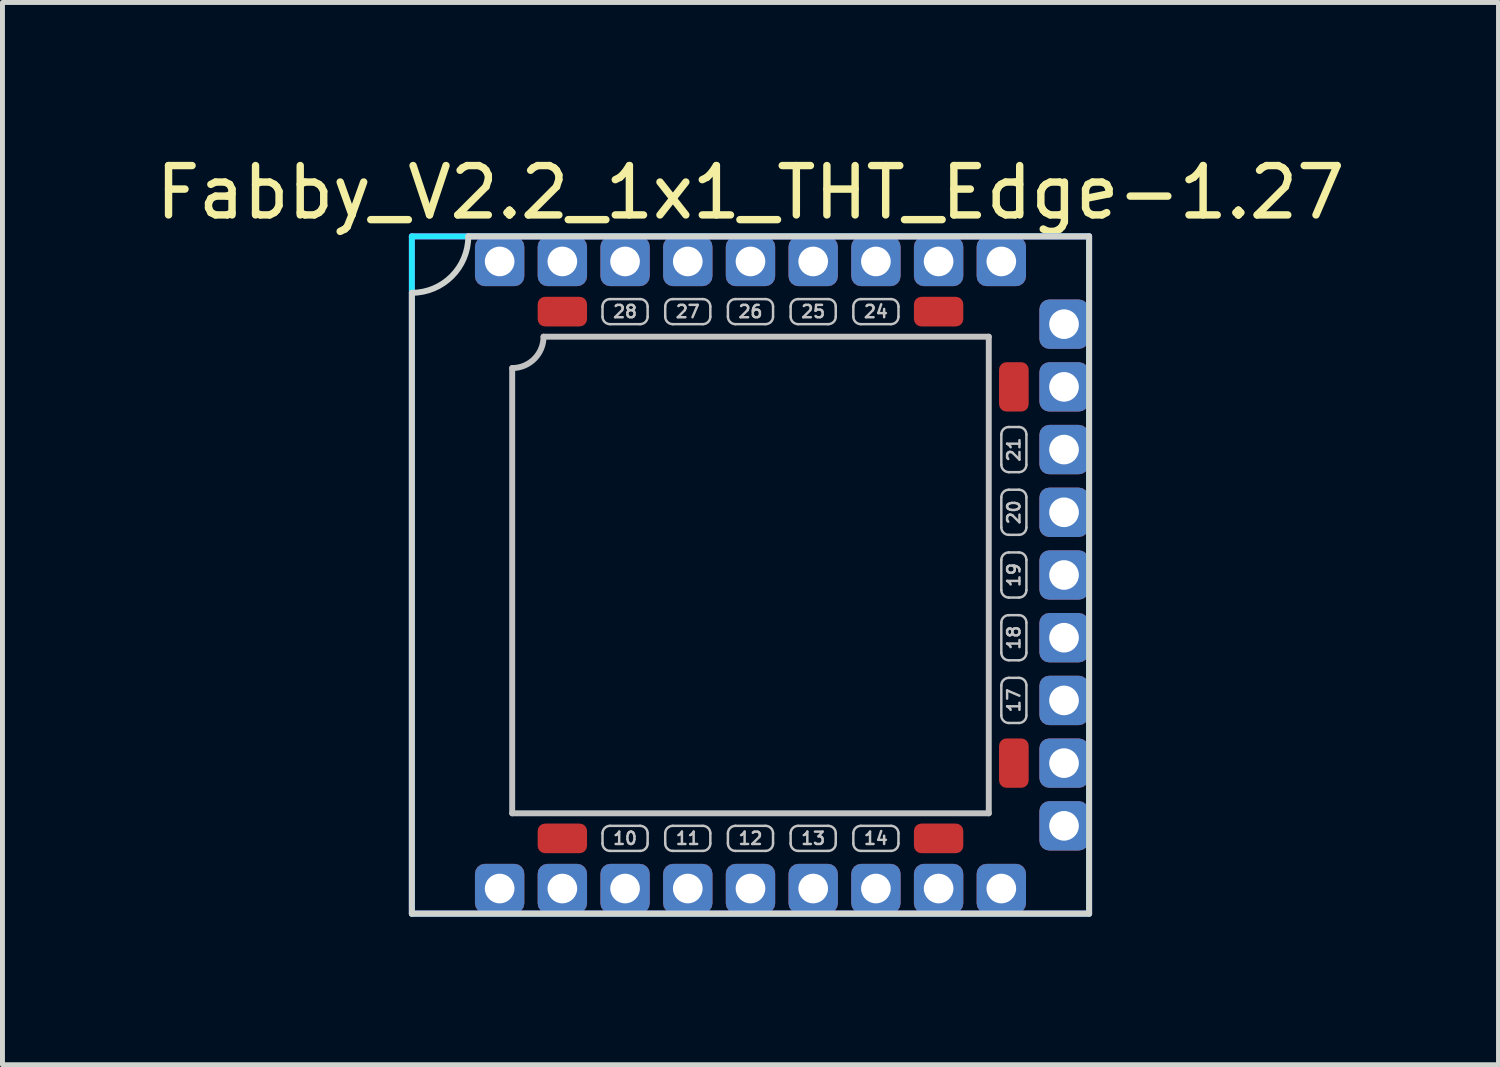
<source format=kicad_pcb>
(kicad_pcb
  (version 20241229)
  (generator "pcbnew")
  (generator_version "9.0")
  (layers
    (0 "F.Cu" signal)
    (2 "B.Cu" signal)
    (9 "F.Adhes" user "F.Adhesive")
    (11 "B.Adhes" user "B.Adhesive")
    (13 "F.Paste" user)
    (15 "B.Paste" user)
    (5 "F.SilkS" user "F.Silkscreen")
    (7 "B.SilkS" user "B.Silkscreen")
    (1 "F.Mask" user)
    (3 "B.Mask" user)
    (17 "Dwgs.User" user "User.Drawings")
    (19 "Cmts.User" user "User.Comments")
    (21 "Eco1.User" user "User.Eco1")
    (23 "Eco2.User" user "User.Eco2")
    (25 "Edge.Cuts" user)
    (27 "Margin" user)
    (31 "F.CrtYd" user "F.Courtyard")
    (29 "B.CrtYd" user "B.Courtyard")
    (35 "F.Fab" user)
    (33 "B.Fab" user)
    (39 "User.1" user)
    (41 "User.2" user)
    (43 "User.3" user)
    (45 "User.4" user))
  (footprint "Fabby_V2.2_1x1_THT_Edge-1.27"
    (layer "F.Cu")
    (at 12.149 8.595)
    (property "Reference" "Fabby_V2.2_1x1_THT_Edge-1.27" (at 0 -7.747 0) (layer "F.SilkS") (effects (font (size 1 1) (thickness 0.15))))
    (attr through_hole)
    (fp_line (start -4.826 4.826) (end -4.826 -4.191) (stroke (width 0.12) (type solid)) (layer "Dwgs.User"))
    (fp_line (start -4.191 -4.826) (end 4.826 -4.826) (stroke (width 0.12) (type solid)) (layer "Dwgs.User"))
    (fp_line (start -2.997 -5.436) (end -2.997 -5.232) (stroke (width 0.05) (type solid)) (layer "Dwgs.User"))
    (fp_line (start -2.997 5.232) (end -2.997 5.436) (stroke (width 0.05) (type solid)) (layer "Dwgs.User"))
    (fp_line (start -2.845 -5.588) (end -2.235 -5.588) (stroke (width 0.05) (type solid)) (layer "Dwgs.User"))
    (fp_line (start -2.845 -5.08) (end -2.235 -5.08) (stroke (width 0.05) (type solid)) (layer "Dwgs.User"))
    (fp_line (start -2.845 5.08) (end -2.235 5.08) (stroke (width 0.05) (type solid)) (layer "Dwgs.User"))
    (fp_line (start -2.845 5.588) (end -2.235 5.588) (stroke (width 0.05) (type solid)) (layer "Dwgs.User"))
    (fp_line (start -2.083 -5.436) (end -2.083 -5.232) (stroke (width 0.05) (type solid)) (layer "Dwgs.User"))
    (fp_line (start -2.083 5.232) (end -2.083 5.436) (stroke (width 0.05) (type solid)) (layer "Dwgs.User"))
    (fp_line (start -1.727 -5.436) (end -1.727 -5.232) (stroke (width 0.05) (type solid)) (layer "Dwgs.User"))
    (fp_line (start -1.727 5.232) (end -1.727 5.436) (stroke (width 0.05) (type solid)) (layer "Dwgs.User"))
    (fp_line (start -1.575 -5.588) (end -0.965 -5.588) (stroke (width 0.05) (type solid)) (layer "Dwgs.User"))
    (fp_line (start -1.575 -5.08) (end -0.965 -5.08) (stroke (width 0.05) (type solid)) (layer "Dwgs.User"))
    (fp_line (start -1.575 5.08) (end -0.965 5.08) (stroke (width 0.05) (type solid)) (layer "Dwgs.User"))
    (fp_line (start -1.575 5.588) (end -0.965 5.588) (stroke (width 0.05) (type solid)) (layer "Dwgs.User"))
    (fp_line (start -0.813 -5.436) (end -0.813 -5.232) (stroke (width 0.05) (type solid)) (layer "Dwgs.User"))
    (fp_line (start -0.813 5.232) (end -0.813 5.436) (stroke (width 0.05) (type solid)) (layer "Dwgs.User"))
    (fp_line (start -0.457 -5.436) (end -0.457 -5.232) (stroke (width 0.05) (type solid)) (layer "Dwgs.User"))
    (fp_line (start -0.457 5.232) (end -0.457 5.436) (stroke (width 0.05) (type solid)) (layer "Dwgs.User"))
    (fp_line (start -0.305 -5.588) (end 0.305 -5.588) (stroke (width 0.05) (type solid)) (layer "Dwgs.User"))
    (fp_line (start -0.305 -5.08) (end 0.305 -5.08) (stroke (width 0.05) (type solid)) (layer "Dwgs.User"))
    (fp_line (start -0.305 5.08) (end 0.305 5.08) (stroke (width 0.05) (type solid)) (layer "Dwgs.User"))
    (fp_line (start -0.305 5.588) (end 0.305 5.588) (stroke (width 0.05) (type solid)) (layer "Dwgs.User"))
    (fp_line (start 0.457 -5.436) (end 0.457 -5.232) (stroke (width 0.05) (type solid)) (layer "Dwgs.User"))
    (fp_line (start 0.457 5.232) (end 0.457 5.436) (stroke (width 0.05) (type solid)) (layer "Dwgs.User"))
    (fp_line (start 0.813 -5.436) (end 0.813 -5.232) (stroke (width 0.05) (type solid)) (layer "Dwgs.User"))
    (fp_line (start 0.813 5.232) (end 0.813 5.436) (stroke (width 0.05) (type solid)) (layer "Dwgs.User"))
    (fp_line (start 0.965 -5.588) (end 1.575 -5.588) (stroke (width 0.05) (type solid)) (layer "Dwgs.User"))
    (fp_line (start 0.965 -5.08) (end 1.575 -5.08) (stroke (width 0.05) (type solid)) (layer "Dwgs.User"))
    (fp_line (start 0.965 5.08) (end 1.575 5.08) (stroke (width 0.05) (type solid)) (layer "Dwgs.User"))
    (fp_line (start 0.965 5.588) (end 1.575 5.588) (stroke (width 0.05) (type solid)) (layer "Dwgs.User"))
    (fp_line (start 1.727 -5.436) (end 1.727 -5.232) (stroke (width 0.05) (type solid)) (layer "Dwgs.User"))
    (fp_line (start 1.727 5.232) (end 1.727 5.436) (stroke (width 0.05) (type solid)) (layer "Dwgs.User"))
    (fp_line (start 2.083 -5.436) (end 2.083 -5.232) (stroke (width 0.05) (type solid)) (layer "Dwgs.User"))
    (fp_line (start 2.083 5.232) (end 2.083 5.436) (stroke (width 0.05) (type solid)) (layer "Dwgs.User"))
    (fp_line (start 2.235 -5.588) (end 2.845 -5.588) (stroke (width 0.05) (type solid)) (layer "Dwgs.User"))
    (fp_line (start 2.235 -5.08) (end 2.845 -5.08) (stroke (width 0.05) (type solid)) (layer "Dwgs.User"))
    (fp_line (start 2.235 5.08) (end 2.845 5.08) (stroke (width 0.05) (type solid)) (layer "Dwgs.User"))
    (fp_line (start 2.235 5.588) (end 2.845 5.588) (stroke (width 0.05) (type solid)) (layer "Dwgs.User"))
    (fp_line (start 2.997 -5.436) (end 2.997 -5.232) (stroke (width 0.05) (type solid)) (layer "Dwgs.User"))
    (fp_line (start 2.997 5.232) (end 2.997 5.436) (stroke (width 0.05) (type solid)) (layer "Dwgs.User"))
    (fp_line (start 4.826 -4.826) (end 4.826 4.826) (stroke (width 0.12) (type solid)) (layer "Dwgs.User"))
    (fp_line (start 4.826 4.826) (end -4.826 4.826) (stroke (width 0.12) (type solid)) (layer "Dwgs.User"))
    (fp_line (start 5.08 -2.235) (end 5.08 -2.845) (stroke (width 0.05) (type solid)) (layer "Dwgs.User"))
    (fp_line (start 5.08 -0.965) (end 5.08 -1.575) (stroke (width 0.05) (type solid)) (layer "Dwgs.User"))
    (fp_line (start 5.08 0.305) (end 5.08 -0.305) (stroke (width 0.05) (type solid)) (layer "Dwgs.User"))
    (fp_line (start 5.08 1.575) (end 5.08 0.965) (stroke (width 0.05) (type solid)) (layer "Dwgs.User"))
    (fp_line (start 5.08 2.845) (end 5.08 2.235) (stroke (width 0.05) (type solid)) (layer "Dwgs.User"))
    (fp_line (start 5.232 -2.997) (end 5.436 -2.997) (stroke (width 0.05) (type solid)) (layer "Dwgs.User"))
    (fp_line (start 5.232 -2.083) (end 5.436 -2.083) (stroke (width 0.05) (type solid)) (layer "Dwgs.User"))
    (fp_line (start 5.232 -1.727) (end 5.436 -1.727) (stroke (width 0.05) (type solid)) (layer "Dwgs.User"))
    (fp_line (start 5.232 -0.813) (end 5.436 -0.813) (stroke (width 0.05) (type solid)) (layer "Dwgs.User"))
    (fp_line (start 5.232 -0.457) (end 5.436 -0.457) (stroke (width 0.05) (type solid)) (layer "Dwgs.User"))
    (fp_line (start 5.232 0.457) (end 5.436 0.457) (stroke (width 0.05) (type solid)) (layer "Dwgs.User"))
    (fp_line (start 5.232 0.813) (end 5.436 0.813) (stroke (width 0.05) (type solid)) (layer "Dwgs.User"))
    (fp_line (start 5.232 1.727) (end 5.436 1.727) (stroke (width 0.05) (type solid)) (layer "Dwgs.User"))
    (fp_line (start 5.232 2.083) (end 5.436 2.083) (stroke (width 0.05) (type solid)) (layer "Dwgs.User"))
    (fp_line (start 5.232 2.997) (end 5.436 2.997) (stroke (width 0.05) (type solid)) (layer "Dwgs.User"))
    (fp_line (start 5.588 -2.235) (end 5.588 -2.845) (stroke (width 0.05) (type solid)) (layer "Dwgs.User"))
    (fp_line (start 5.588 -0.965) (end 5.588 -1.575) (stroke (width 0.05) (type solid)) (layer "Dwgs.User"))
    (fp_line (start 5.588 0.305) (end 5.588 -0.305) (stroke (width 0.05) (type solid)) (layer "Dwgs.User"))
    (fp_line (start 5.588 1.575) (end 5.588 0.965) (stroke (width 0.05) (type solid)) (layer "Dwgs.User"))
    (fp_line (start 5.588 2.845) (end 5.588 2.235) (stroke (width 0.05) (type solid)) (layer "Dwgs.User"))
    (fp_arc (start -4.191 -4.826) (mid -4.376987 -4.376987) (end -4.826 -4.191) (stroke (width 0.12) (type solid)) (layer "Dwgs.User"))
    (fp_arc (start -2.9972 -5.4356) (mid -2.952563 -5.543363) (end -2.8448 -5.588) (stroke (width 0.05) (type solid)) (layer "Dwgs.User"))
    (fp_arc (start -2.9972 5.2324) (mid -2.952563 5.124637) (end -2.8448 5.08) (stroke (width 0.05) (type solid)) (layer "Dwgs.User"))
    (fp_arc (start -2.8448 -5.08) (mid -2.952563 -5.124637) (end -2.9972 -5.2324) (stroke (width 0.05) (type solid)) (layer "Dwgs.User"))
    (fp_arc (start -2.8448 5.588) (mid -2.952563 5.543363) (end -2.9972 5.4356) (stroke (width 0.05) (type solid)) (layer "Dwgs.User"))
    (fp_arc (start -2.2352 -5.588) (mid -2.127437 -5.543363) (end -2.0828 -5.4356) (stroke (width 0.05) (type solid)) (layer "Dwgs.User"))
    (fp_arc (start -2.2352 5.08) (mid -2.127437 5.124637) (end -2.0828 5.2324) (stroke (width 0.05) (type solid)) (layer "Dwgs.User"))
    (fp_arc (start -2.0828 -5.2324) (mid -2.127437 -5.124637) (end -2.2352 -5.08) (stroke (width 0.05) (type solid)) (layer "Dwgs.User"))
    (fp_arc (start -2.0828 5.4356) (mid -2.127437 5.543363) (end -2.2352 5.588) (stroke (width 0.05) (type solid)) (layer "Dwgs.User"))
    (fp_arc (start -1.7272 -5.4356) (mid -1.682563 -5.543363) (end -1.5748 -5.588) (stroke (width 0.05) (type solid)) (layer "Dwgs.User"))
    (fp_arc (start -1.7272 5.2324) (mid -1.682563 5.124637) (end -1.5748 5.08) (stroke (width 0.05) (type solid)) (layer "Dwgs.User"))
    (fp_arc (start -1.5748 -5.08) (mid -1.682563 -5.124637) (end -1.7272 -5.2324) (stroke (width 0.05) (type solid)) (layer "Dwgs.User"))
    (fp_arc (start -1.5748 5.588) (mid -1.682563 5.543363) (end -1.7272 5.4356) (stroke (width 0.05) (type solid)) (layer "Dwgs.User"))
    (fp_arc (start -0.9652 -5.588) (mid -0.857437 -5.543363) (end -0.8128 -5.4356) (stroke (width 0.05) (type solid)) (layer "Dwgs.User"))
    (fp_arc (start -0.9652 5.08) (mid -0.857437 5.124637) (end -0.8128 5.2324) (stroke (width 0.05) (type solid)) (layer "Dwgs.User"))
    (fp_arc (start -0.8128 -5.2324) (mid -0.857437 -5.124637) (end -0.9652 -5.08) (stroke (width 0.05) (type solid)) (layer "Dwgs.User"))
    (fp_arc (start -0.8128 5.4356) (mid -0.857437 5.543363) (end -0.9652 5.588) (stroke (width 0.05) (type solid)) (layer "Dwgs.User"))
    (fp_arc (start -0.4572 -5.4356) (mid -0.412563 -5.543363) (end -0.3048 -5.588) (stroke (width 0.05) (type solid)) (layer "Dwgs.User"))
    (fp_arc (start -0.4572 5.2324) (mid -0.412563 5.124637) (end -0.3048 5.08) (stroke (width 0.05) (type solid)) (layer "Dwgs.User"))
    (fp_arc (start -0.3048 -5.08) (mid -0.412563 -5.124637) (end -0.4572 -5.2324) (stroke (width 0.05) (type solid)) (layer "Dwgs.User"))
    (fp_arc (start -0.3048 5.588) (mid -0.412563 5.543363) (end -0.4572 5.4356) (stroke (width 0.05) (type solid)) (layer "Dwgs.User"))
    (fp_arc (start 0.3048 -5.588) (mid 0.412563 -5.543363) (end 0.4572 -5.4356) (stroke (width 0.05) (type solid)) (layer "Dwgs.User"))
    (fp_arc (start 0.3048 5.08) (mid 0.412563 5.124637) (end 0.4572 5.2324) (stroke (width 0.05) (type solid)) (layer "Dwgs.User"))
    (fp_arc (start 0.4572 -5.2324) (mid 0.412563 -5.124637) (end 0.3048 -5.08) (stroke (width 0.05) (type solid)) (layer "Dwgs.User"))
    (fp_arc (start 0.4572 5.4356) (mid 0.412563 5.543363) (end 0.3048 5.588) (stroke (width 0.05) (type solid)) (layer "Dwgs.User"))
    (fp_arc (start 0.8128 -5.4356) (mid 0.857437 -5.543363) (end 0.9652 -5.588) (stroke (width 0.05) (type solid)) (layer "Dwgs.User"))
    (fp_arc (start 0.8128 5.2324) (mid 0.857437 5.124637) (end 0.9652 5.08) (stroke (width 0.05) (type solid)) (layer "Dwgs.User"))
    (fp_arc (start 0.9652 -5.08) (mid 0.857437 -5.124637) (end 0.8128 -5.2324) (stroke (width 0.05) (type solid)) (layer "Dwgs.User"))
    (fp_arc (start 0.9652 5.588) (mid 0.857437 5.543363) (end 0.8128 5.4356) (stroke (width 0.05) (type solid)) (layer "Dwgs.User"))
    (fp_arc (start 1.5748 -5.588) (mid 1.682563 -5.543363) (end 1.7272 -5.4356) (stroke (width 0.05) (type solid)) (layer "Dwgs.User"))
    (fp_arc (start 1.5748 5.08) (mid 1.682563 5.124637) (end 1.7272 5.2324) (stroke (width 0.05) (type solid)) (layer "Dwgs.User"))
    (fp_arc (start 1.7272 -5.2324) (mid 1.682563 -5.124637) (end 1.5748 -5.08) (stroke (width 0.05) (type solid)) (layer "Dwgs.User"))
    (fp_arc (start 1.7272 5.4356) (mid 1.682563 5.543363) (end 1.5748 5.588) (stroke (width 0.05) (type solid)) (layer "Dwgs.User"))
    (fp_arc (start 2.0828 -5.4356) (mid 2.127437 -5.543363) (end 2.2352 -5.588) (stroke (width 0.05) (type solid)) (layer "Dwgs.User"))
    (fp_arc (start 2.0828 5.2324) (mid 2.127437 5.124637) (end 2.2352 5.08) (stroke (width 0.05) (type solid)) (layer "Dwgs.User"))
    (fp_arc (start 2.2352 -5.08) (mid 2.127437 -5.124637) (end 2.0828 -5.2324) (stroke (width 0.05) (type solid)) (layer "Dwgs.User"))
    (fp_arc (start 2.2352 5.588) (mid 2.127437 5.543363) (end 2.0828 5.4356) (stroke (width 0.05) (type solid)) (layer "Dwgs.User"))
    (fp_arc (start 2.8448 -5.588) (mid 2.952563 -5.543363) (end 2.9972 -5.4356) (stroke (width 0.05) (type solid)) (layer "Dwgs.User"))
    (fp_arc (start 2.8448 5.08) (mid 2.952563 5.124637) (end 2.9972 5.2324) (stroke (width 0.05) (type solid)) (layer "Dwgs.User"))
    (fp_arc (start 2.9972 -5.2324) (mid 2.952563 -5.124637) (end 2.8448 -5.08) (stroke (width 0.05) (type solid)) (layer "Dwgs.User"))
    (fp_arc (start 2.9972 5.4356) (mid 2.952563 5.543363) (end 2.8448 5.588) (stroke (width 0.05) (type solid)) (layer "Dwgs.User"))
    (fp_arc (start 5.08 -2.8448) (mid 5.124637 -2.952563) (end 5.2324 -2.9972) (stroke (width 0.05) (type solid)) (layer "Dwgs.User"))
    (fp_arc (start 5.08 -1.5748) (mid 5.124637 -1.682563) (end 5.2324 -1.7272) (stroke (width 0.05) (type solid)) (layer "Dwgs.User"))
    (fp_arc (start 5.08 -0.3048) (mid 5.124637 -0.412563) (end 5.2324 -0.4572) (stroke (width 0.05) (type solid)) (layer "Dwgs.User"))
    (fp_arc (start 5.08 0.9652) (mid 5.124637 0.857437) (end 5.2324 0.8128) (stroke (width 0.05) (type solid)) (layer "Dwgs.User"))
    (fp_arc (start 5.08 2.2352) (mid 5.124637 2.127437) (end 5.2324 2.0828) (stroke (width 0.05) (type solid)) (layer "Dwgs.User"))
    (fp_arc (start 5.2324 -2.0828) (mid 5.124637 -2.127437) (end 5.08 -2.2352) (stroke (width 0.05) (type solid)) (layer "Dwgs.User"))
    (fp_arc (start 5.2324 -0.8128) (mid 5.124637 -0.857437) (end 5.08 -0.9652) (stroke (width 0.05) (type solid)) (layer "Dwgs.User"))
    (fp_arc (start 5.2324 0.4572) (mid 5.124637 0.412563) (end 5.08 0.3048) (stroke (width 0.05) (type solid)) (layer "Dwgs.User"))
    (fp_arc (start 5.2324 1.7272) (mid 5.124637 1.682563) (end 5.08 1.5748) (stroke (width 0.05) (type solid)) (layer "Dwgs.User"))
    (fp_arc (start 5.2324 2.9972) (mid 5.124637 2.952563) (end 5.08 2.8448) (stroke (width 0.05) (type solid)) (layer "Dwgs.User"))
    (fp_arc (start 5.4356 -2.9972) (mid 5.543363 -2.952563) (end 5.588 -2.8448) (stroke (width 0.05) (type solid)) (layer "Dwgs.User"))
    (fp_arc (start 5.4356 -1.7272) (mid 5.543363 -1.682563) (end 5.588 -1.5748) (stroke (width 0.05) (type solid)) (layer "Dwgs.User"))
    (fp_arc (start 5.4356 -0.4572) (mid 5.543363 -0.412563) (end 5.588 -0.3048) (stroke (width 0.05) (type solid)) (layer "Dwgs.User"))
    (fp_arc (start 5.4356 0.8128) (mid 5.543363 0.857437) (end 5.588 0.9652) (stroke (width 0.05) (type solid)) (layer "Dwgs.User"))
    (fp_arc (start 5.4356 2.0828) (mid 5.543363 2.127437) (end 5.588 2.2352) (stroke (width 0.05) (type solid)) (layer "Dwgs.User"))
    (fp_arc (start 5.588 -2.2352) (mid 5.543363 -2.127437) (end 5.4356 -2.0828) (stroke (width 0.05) (type solid)) (layer "Dwgs.User"))
    (fp_arc (start 5.588 -0.9652) (mid 5.543363 -0.857437) (end 5.4356 -0.8128) (stroke (width 0.05) (type solid)) (layer "Dwgs.User"))
    (fp_arc (start 5.588 0.3048) (mid 5.543363 0.412563) (end 5.4356 0.4572) (stroke (width 0.05) (type solid)) (layer "Dwgs.User"))
    (fp_arc (start 5.588 1.5748) (mid 5.543363 1.682563) (end 5.4356 1.7272) (stroke (width 0.05) (type solid)) (layer "Dwgs.User"))
    (fp_arc (start 5.588 2.8448) (mid 5.543363 2.952563) (end 5.4356 2.9972) (stroke (width 0.05) (type solid)) (layer "Dwgs.User"))
    (fp_line (start -6.858 -5.715) (end -6.858 6.858) (stroke (width 0.12) (type solid)) (layer "Edge.Cuts"))
    (fp_line (start -6.858 6.858) (end 6.858 6.858) (stroke (width 0.12) (type solid)) (layer "Edge.Cuts"))
    (fp_line (start -5.715 -6.858) (end 6.858 -6.858) (stroke (width 0.12) (type solid)) (layer "Edge.Cuts"))
    (fp_line (start 6.858 -6.858) (end 6.858 6.858) (stroke (width 0.12) (type solid)) (layer "Edge.Cuts"))
    (fp_arc (start -5.715 -6.858) (mid -6.049777 -6.049777) (end -6.858 -5.715) (stroke (width 0.12) (type solid)) (layer "Edge.Cuts"))
    (fp_line (start -6.858 -6.858) (end 6.858 -6.858) (stroke (width 0.12) (type solid)) (layer "B.CrtYd"))
    (fp_line (start -6.858 6.858) (end -6.858 -6.858) (stroke (width 0.12) (type solid)) (layer "B.CrtYd"))
    (fp_line (start 6.858 -6.858) (end 6.858 6.858) (stroke (width 0.12) (type solid)) (layer "B.CrtYd"))
    (fp_line (start 6.858 6.858) (end -6.858 6.858) (stroke (width 0.12) (type solid)) (layer "B.CrtYd"))
    (fp_line (start -6.858 -6.858) (end 6.858 -6.858) (stroke (width 0.12) (type solid)) (layer "F.CrtYd"))
    (fp_line (start -6.858 6.858) (end -6.858 -6.858) (stroke (width 0.12) (type solid)) (layer "F.CrtYd"))
    (fp_line (start 6.858 -6.858) (end 6.858 6.858) (stroke (width 0.12) (type solid)) (layer "F.CrtYd"))
    (fp_line (start 6.858 6.858) (end -6.858 6.858) (stroke (width 0.12) (type solid)) (layer "F.CrtYd"))
    (fp_text user "17" (at 5.334 2.54 90) (layer "Dwgs.User") (effects (font (size 0.25 0.25) (thickness 0.05))))
    (fp_text user "19" (at 5.334 0 90) (layer "Dwgs.User") (effects (font (size 0.25 0.25) (thickness 0.05))))
    (fp_text user "13" (at 1.27 5.334 0) (layer "Dwgs.User") (effects (font (size 0.25 0.25) (thickness 0.05))))
    (fp_text user "20" (at 5.334 -1.27 90) (layer "Dwgs.User") (effects (font (size 0.25 0.25) (thickness 0.05))))
    (fp_text user "28" (at -2.54 -5.334 0) (layer "Dwgs.User") (effects (font (size 0.25 0.25) (thickness 0.05))))
    (fp_text user "11" (at -1.27 5.334 0) (layer "Dwgs.User") (effects (font (size 0.25 0.25) (thickness 0.05))))
    (fp_text user "25" (at 1.27 -5.334 0) (layer "Dwgs.User") (effects (font (size 0.25 0.25) (thickness 0.05))))
    (fp_text user "14" (at 2.54 5.334 0) (layer "Dwgs.User") (effects (font (size 0.25 0.25) (thickness 0.05))))
    (fp_text user "10" (at -2.54 5.334 0) (layer "Dwgs.User") (effects (font (size 0.25 0.25) (thickness 0.05))))
    (fp_text user "27" (at -1.27 -5.334 0) (layer "Dwgs.User") (effects (font (size 0.25 0.25) (thickness 0.05))))
    (fp_text user "26" (at 0 -5.334 0) (layer "Dwgs.User") (effects (font (size 0.25 0.25) (thickness 0.05))))
    (fp_text user "18" (at 5.334 1.27 90) (layer "Dwgs.User") (effects (font (size 0.25 0.25) (thickness 0.05))))
    (fp_text user "21" (at 5.334 -2.54 90) (layer "Dwgs.User") (effects (font (size 0.25 0.25) (thickness 0.05))))
    (fp_text user "12" (at 0 5.334 0) (layer "Dwgs.User") (effects (font (size 0.25 0.25) (thickness 0.05))))
    (fp_text user "24" (at 2.54 -5.334 0) (layer "Dwgs.User") (effects (font (size 0.25 0.25) (thickness 0.05))))
    (pad "" thru_hole roundrect (at -3.81 -6.35 270) (size 1 1) (drill 0.6) (layers "*.Cu" "*.Mask") (roundrect_rratio 0.2))
    (pad "" thru_hole roundrect (at -3.81 6.35 270) (size 1 1) (drill 0.6) (layers "*.Cu" "*.Mask") (roundrect_rratio 0.2))
    (pad "" thru_hole roundrect (at 3.81 -6.35 270) (size 1 1) (drill 0.6) (layers "*.Cu" "*.Mask") (roundrect_rratio 0.2))
    (pad "" thru_hole roundrect (at 3.81 6.35 270) (size 1 1) (drill 0.6) (layers "*.Cu" "*.Mask") (roundrect_rratio 0.2))
    (pad "" thru_hole roundrect (at 6.35 -3.81 270) (size 1 1) (drill 0.6) (layers "*.Cu" "*.Mask") (roundrect_rratio 0.2))
    (pad "" thru_hole roundrect (at 6.35 3.81 270) (size 1 1) (drill 0.6) (layers "*.Cu" "*.Mask") (roundrect_rratio 0.2))
    (pad "1" thru_hole roundrect (at -5.08 -6.35 270) (size 1 1) (drill 0.6) (layers "*.Cu" "*.Mask") (roundrect_rratio 0.2))
    (pad "1" thru_hole roundrect (at -5.08 6.35 270) (size 1 1) (drill 0.6) (layers "*.Cu" "*.Mask") (roundrect_rratio 0.2))
    (pad "1" thru_hole roundrect (at 5.08 -6.35 270) (size 1 1) (drill 0.6) (layers "*.Cu" "*.Mask") (roundrect_rratio 0.2))
    (pad "1" thru_hole roundrect (at 5.08 6.35 270) (size 1 1) (drill 0.6) (layers "*.Cu" "*.Mask") (roundrect_rratio 0.2))
    (pad "1" thru_hole roundrect (at 6.35 -5.08 270) (size 1 1) (drill 0.6) (layers "*.Cu" "*.Mask") (roundrect_rratio 0.2))
    (pad "1" thru_hole roundrect (at 6.35 5.08 270) (size 1 1) (drill 0.6) (layers "*.Cu" "*.Mask") (roundrect_rratio 0.2))
    (pad "9" smd roundrect (at -3.81 5.334) (size 1 0.6) (layers "F.Cu" "F.Mask" "F.Paste") (roundrect_rratio 0.25))
    (pad "10" thru_hole roundrect (at -2.54 6.35 270) (size 1 1) (drill 0.6) (layers "*.Cu" "*.Mask") (roundrect_rratio 0.2))
    (pad "11" thru_hole roundrect (at -1.27 6.35 270) (size 1 1) (drill 0.6) (layers "*.Cu" "*.Mask") (roundrect_rratio 0.2))
    (pad "12" thru_hole roundrect (at 0 6.35 270) (size 1 1) (drill 0.6) (layers "*.Cu" "*.Mask") (roundrect_rratio 0.2))
    (pad "13" thru_hole roundrect (at 1.27 6.35 270) (size 1 1) (drill 0.6) (layers "*.Cu" "*.Mask") (roundrect_rratio 0.2))
    (pad "14" thru_hole roundrect (at 2.54 6.35 270) (size 1 1) (drill 0.6) (layers "*.Cu" "*.Mask") (roundrect_rratio 0.2))
    (pad "15" smd roundrect (at 3.81 5.334) (size 1 0.6) (layers "F.Cu" "F.Mask" "F.Paste") (roundrect_rratio 0.25))
    (pad "16" smd roundrect (at 5.334 3.81 270) (size 1 0.6) (layers "F.Cu" "F.Mask" "F.Paste") (roundrect_rratio 0.25))
    (pad "17" thru_hole roundrect (at 6.35 2.54 270) (size 1 1) (drill 0.6) (layers "*.Cu" "*.Mask") (roundrect_rratio 0.2))
    (pad "18" thru_hole roundrect (at 6.35 1.27 270) (size 1 1) (drill 0.6) (layers "*.Cu" "*.Mask") (roundrect_rratio 0.2))
    (pad "19" thru_hole roundrect (at 6.35 0 270) (size 1 1) (drill 0.6) (layers "*.Cu" "*.Mask") (roundrect_rratio 0.2))
    (pad "20" thru_hole roundrect (at 6.35 -1.27 270) (size 1 1) (drill 0.6) (layers "*.Cu" "*.Mask") (roundrect_rratio 0.2))
    (pad "21" thru_hole roundrect (at 6.35 -2.54 270) (size 1 1) (drill 0.6) (layers "*.Cu" "*.Mask") (roundrect_rratio 0.2))
    (pad "22" smd roundrect (at 5.334 -3.81 270) (size 1 0.6) (layers "F.Cu" "F.Mask" "F.Paste") (roundrect_rratio 0.25))
    (pad "23" smd roundrect (at 3.81 -5.334 180) (size 1 0.6) (layers "F.Cu" "F.Mask" "F.Paste") (roundrect_rratio 0.25))
    (pad "24" thru_hole roundrect (at 2.54 -6.35 270) (size 1 1) (drill 0.6) (layers "*.Cu" "*.Mask") (roundrect_rratio 0.2))
    (pad "25" thru_hole roundrect (at 1.27 -6.35 270) (size 1 1) (drill 0.6) (layers "*.Cu" "*.Mask") (roundrect_rratio 0.2))
    (pad "26" thru_hole roundrect (at 0 -6.35 270) (size 1 1) (drill 0.6) (layers "*.Cu" "*.Mask") (roundrect_rratio 0.2))
    (pad "27" thru_hole roundrect (at -1.27 -6.35 270) (size 1 1) (drill 0.6) (layers "*.Cu" "*.Mask") (roundrect_rratio 0.2))
    (pad "28" thru_hole roundrect (at -2.54 -6.35 270) (size 1 1) (drill 0.6) (layers "*.Cu" "*.Mask") (roundrect_rratio 0.2))
    (pad "29" smd roundrect (at -3.81 -5.334 180) (size 1 0.6) (layers "F.Cu" "F.Mask" "F.Paste") (roundrect_rratio 0.25)))
  (gr_rect
    (start -3 -3)
    (end 27.298 18.513)
    (stroke (width 0.1) (type default))
    (fill no)
    (layer "Edge.Cuts")))
</source>
